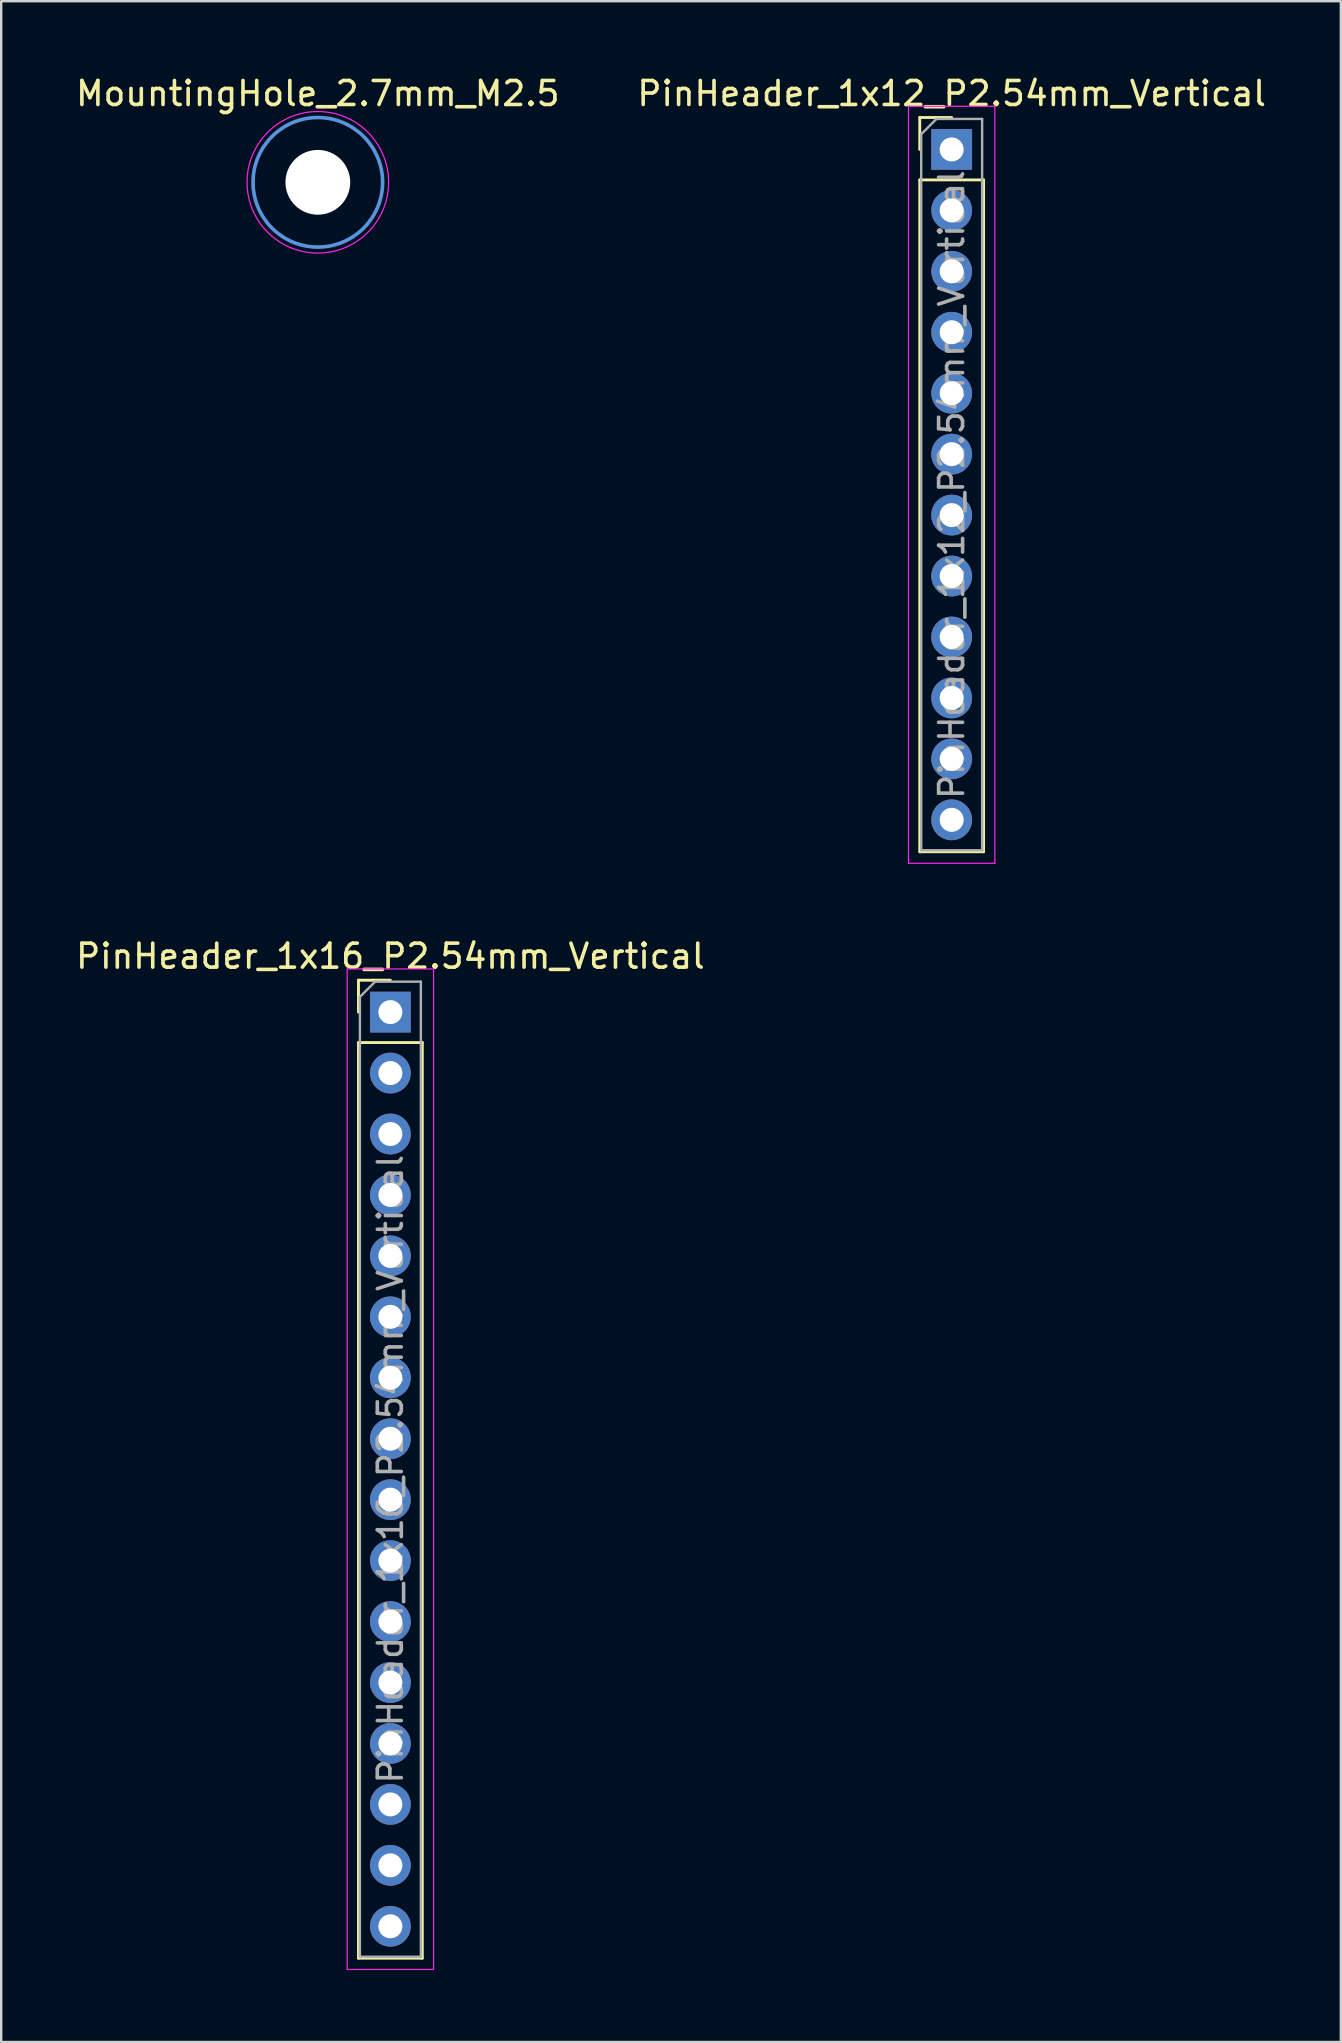
<source format=kicad_pcb>
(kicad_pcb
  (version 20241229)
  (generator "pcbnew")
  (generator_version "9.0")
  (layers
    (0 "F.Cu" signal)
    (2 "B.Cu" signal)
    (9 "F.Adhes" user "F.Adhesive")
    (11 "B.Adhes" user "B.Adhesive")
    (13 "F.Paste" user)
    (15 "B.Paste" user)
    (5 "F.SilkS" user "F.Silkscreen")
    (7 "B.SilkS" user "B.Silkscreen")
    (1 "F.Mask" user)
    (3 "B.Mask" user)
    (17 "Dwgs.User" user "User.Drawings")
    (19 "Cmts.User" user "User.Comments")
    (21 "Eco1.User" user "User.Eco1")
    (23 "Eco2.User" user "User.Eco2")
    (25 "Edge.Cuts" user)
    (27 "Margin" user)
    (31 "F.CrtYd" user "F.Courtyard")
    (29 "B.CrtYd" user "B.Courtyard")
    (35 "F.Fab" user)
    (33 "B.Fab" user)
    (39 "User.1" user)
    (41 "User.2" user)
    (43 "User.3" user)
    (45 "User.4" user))
  (footprint "PinHeader_1x16_P2.54mm_Vertical"
    (layer "F.Cu")
    (at 13.22 39.132)
    (property "Reference" "PinHeader_1x16_P2.54mm_Vertical" (at 0 -2.33 0) (layer "F.SilkS") (effects (font (size 1 1) (thickness 0.15))))
    (attr through_hole)
    (fp_line (start -1.33 -1.33) (end 0 -1.33) (stroke (width 0.12) (type solid)) (layer "F.SilkS"))
    (fp_line (start -1.33 0) (end -1.33 -1.33) (stroke (width 0.12) (type solid)) (layer "F.SilkS"))
    (fp_line (start -1.33 1.27) (end -1.33 39.43) (stroke (width 0.12) (type solid)) (layer "F.SilkS"))
    (fp_line (start -1.33 1.27) (end 1.33 1.27) (stroke (width 0.12) (type solid)) (layer "F.SilkS"))
    (fp_line (start -1.33 39.43) (end 1.33 39.43) (stroke (width 0.12) (type solid)) (layer "F.SilkS"))
    (fp_line (start 1.33 1.27) (end 1.33 39.43) (stroke (width 0.12) (type solid)) (layer "F.SilkS"))
    (fp_line (start -1.8 -1.8) (end -1.8 39.9) (stroke (width 0.05) (type solid)) (layer "F.CrtYd"))
    (fp_line (start -1.8 39.9) (end 1.8 39.9) (stroke (width 0.05) (type solid)) (layer "F.CrtYd"))
    (fp_line (start 1.8 -1.8) (end -1.8 -1.8) (stroke (width 0.05) (type solid)) (layer "F.CrtYd"))
    (fp_line (start 1.8 39.9) (end 1.8 -1.8) (stroke (width 0.05) (type solid)) (layer "F.CrtYd"))
    (fp_line (start -1.27 -0.635) (end -0.635 -1.27) (stroke (width 0.1) (type solid)) (layer "F.Fab"))
    (fp_line (start -1.27 39.37) (end -1.27 -0.635) (stroke (width 0.1) (type solid)) (layer "F.Fab"))
    (fp_line (start -0.635 -1.27) (end 1.27 -1.27) (stroke (width 0.1) (type solid)) (layer "F.Fab"))
    (fp_line (start 1.27 -1.27) (end 1.27 39.37) (stroke (width 0.1) (type solid)) (layer "F.Fab"))
    (fp_line (start 1.27 39.37) (end -1.27 39.37) (stroke (width 0.1) (type solid)) (layer "F.Fab"))
    (fp_text user "${REFERENCE}" (at 0 19.05 90) (layer "F.Fab") (effects (font (size 1 1) (thickness 0.15))))
    (pad "1" thru_hole rect (at 0 0 180) (size 1.7 1.7) (drill 1) (layers "*.Cu" "*.Mask"))
    (pad "2" thru_hole oval (at 0 2.54 180) (size 1.7 1.7) (drill 1) (layers "*.Cu" "*.Mask"))
    (pad "3" thru_hole oval (at 0 5.08 180) (size 1.7 1.7) (drill 1) (layers "*.Cu" "*.Mask"))
    (pad "4" thru_hole oval (at 0 7.62 180) (size 1.7 1.7) (drill 1) (layers "*.Cu" "*.Mask"))
    (pad "5" thru_hole oval (at 0 10.16 180) (size 1.7 1.7) (drill 1) (layers "*.Cu" "*.Mask"))
    (pad "6" thru_hole oval (at 0 12.7 180) (size 1.7 1.7) (drill 1) (layers "*.Cu" "*.Mask"))
    (pad "7" thru_hole oval (at 0 15.24 180) (size 1.7 1.7) (drill 1) (layers "*.Cu" "*.Mask"))
    (pad "8" thru_hole oval (at 0 17.78 180) (size 1.7 1.7) (drill 1) (layers "*.Cu" "*.Mask"))
    (pad "9" thru_hole oval (at 0 20.32 180) (size 1.7 1.7) (drill 1) (layers "*.Cu" "*.Mask"))
    (pad "10" thru_hole oval (at 0 22.86 180) (size 1.7 1.7) (drill 1) (layers "*.Cu" "*.Mask"))
    (pad "11" thru_hole oval (at 0 25.4 180) (size 1.7 1.7) (drill 1) (layers "*.Cu" "*.Mask"))
    (pad "12" thru_hole oval (at 0 27.94 180) (size 1.7 1.7) (drill 1) (layers "*.Cu" "*.Mask"))
    (pad "13" thru_hole oval (at 0 30.48 180) (size 1.7 1.7) (drill 1) (layers "*.Cu" "*.Mask"))
    (pad "14" thru_hole oval (at 0 33.02 180) (size 1.7 1.7) (drill 1) (layers "*.Cu" "*.Mask"))
    (pad "15" thru_hole oval (at 0 35.56 180) (size 1.7 1.7) (drill 1) (layers "*.Cu" "*.Mask"))
    (pad "16" thru_hole oval (at 0 38.1 180) (size 1.7 1.7) (drill 1) (layers "*.Cu" "*.Mask")))
  (footprint "PinHeader_1x12_P2.54mm_Vertical"
    (layer "F.Cu")
    (at 36.613 3.178)
    (property "Reference" "PinHeader_1x12_P2.54mm_Vertical" (at 0 -2.33 0) (layer "F.SilkS") (effects (font (size 1 1) (thickness 0.15))))
    (attr through_hole)
    (fp_line (start -1.33 -1.33) (end 0 -1.33) (stroke (width 0.12) (type solid)) (layer "F.SilkS"))
    (fp_line (start -1.33 0) (end -1.33 -1.33) (stroke (width 0.12) (type solid)) (layer "F.SilkS"))
    (fp_line (start -1.33 1.27) (end -1.33 29.27) (stroke (width 0.12) (type solid)) (layer "F.SilkS"))
    (fp_line (start -1.33 1.27) (end 1.33 1.27) (stroke (width 0.12) (type solid)) (layer "F.SilkS"))
    (fp_line (start -1.33 29.27) (end 1.33 29.27) (stroke (width 0.12) (type solid)) (layer "F.SilkS"))
    (fp_line (start 1.33 1.27) (end 1.33 29.27) (stroke (width 0.12) (type solid)) (layer "F.SilkS"))
    (fp_line (start -1.8 -1.8) (end -1.8 29.75) (stroke (width 0.05) (type solid)) (layer "F.CrtYd"))
    (fp_line (start -1.8 29.75) (end 1.8 29.75) (stroke (width 0.05) (type solid)) (layer "F.CrtYd"))
    (fp_line (start 1.8 -1.8) (end -1.8 -1.8) (stroke (width 0.05) (type solid)) (layer "F.CrtYd"))
    (fp_line (start 1.8 29.75) (end 1.8 -1.8) (stroke (width 0.05) (type solid)) (layer "F.CrtYd"))
    (fp_line (start -1.27 -0.635) (end -0.635 -1.27) (stroke (width 0.1) (type solid)) (layer "F.Fab"))
    (fp_line (start -1.27 29.21) (end -1.27 -0.635) (stroke (width 0.1) (type solid)) (layer "F.Fab"))
    (fp_line (start -0.635 -1.27) (end 1.27 -1.27) (stroke (width 0.1) (type solid)) (layer "F.Fab"))
    (fp_line (start 1.27 -1.27) (end 1.27 29.21) (stroke (width 0.1) (type solid)) (layer "F.Fab"))
    (fp_line (start 1.27 29.21) (end -1.27 29.21) (stroke (width 0.1) (type solid)) (layer "F.Fab"))
    (fp_text user "${REFERENCE}" (at 0 13.97 90) (layer "F.Fab") (effects (font (size 1 1) (thickness 0.15))))
    (pad "1" thru_hole rect (at 0 0 180) (size 1.7 1.7) (drill 1) (layers "*.Cu" "*.Mask"))
    (pad "2" thru_hole oval (at 0 2.54 180) (size 1.7 1.7) (drill 1) (layers "*.Cu" "*.Mask"))
    (pad "3" thru_hole oval (at 0 5.08 180) (size 1.7 1.7) (drill 1) (layers "*.Cu" "*.Mask"))
    (pad "4" thru_hole oval (at 0 7.62 180) (size 1.7 1.7) (drill 1) (layers "*.Cu" "*.Mask"))
    (pad "5" thru_hole oval (at 0 10.16 180) (size 1.7 1.7) (drill 1) (layers "*.Cu" "*.Mask"))
    (pad "6" thru_hole oval (at 0 12.7 180) (size 1.7 1.7) (drill 1) (layers "*.Cu" "*.Mask"))
    (pad "7" thru_hole oval (at 0 15.24 180) (size 1.7 1.7) (drill 1) (layers "*.Cu" "*.Mask"))
    (pad "8" thru_hole oval (at 0 17.78 180) (size 1.7 1.7) (drill 1) (layers "*.Cu" "*.Mask"))
    (pad "9" thru_hole oval (at 0 20.32 180) (size 1.7 1.7) (drill 1) (layers "*.Cu" "*.Mask"))
    (pad "10" thru_hole oval (at 0 22.86 180) (size 1.7 1.7) (drill 1) (layers "*.Cu" "*.Mask"))
    (pad "11" thru_hole oval (at 0 25.4 180) (size 1.7 1.7) (drill 1) (layers "*.Cu" "*.Mask"))
    (pad "12" thru_hole oval (at 0 27.94 180) (size 1.7 1.7) (drill 1) (layers "*.Cu" "*.Mask")))
  (footprint "MountingHole_2.7mm_M2.5"
    (layer "F.Cu")
    (at 10.196 4.548)
    (property "Reference" "MountingHole_2.7mm_M2.5" (at 0 -3.7 0) (layer "F.SilkS") (effects (font (size 1 1) (thickness 0.15))))
    (attr exclude_from_pos_files exclude_from_bom)
    (fp_circle (center 0 0) (end 2.7 0) (stroke (width 0.15) (type solid)) (fill no) (layer "Cmts.User"))
    (fp_circle (center 0 0) (end 2.95 0) (stroke (width 0.05) (type solid)) (fill no) (layer "F.CrtYd"))
    (pad "" np_thru_hole circle (at 0 0) (size 2.7 2.7) (drill 2.7) (layers "*.Cu" "*.Mask")))
  (gr_rect
    (start -3 -3)
    (end 52.833 82.056)
    (stroke (width 0.1) (type default))
    (fill no)
    (layer "Edge.Cuts")))
</source>
